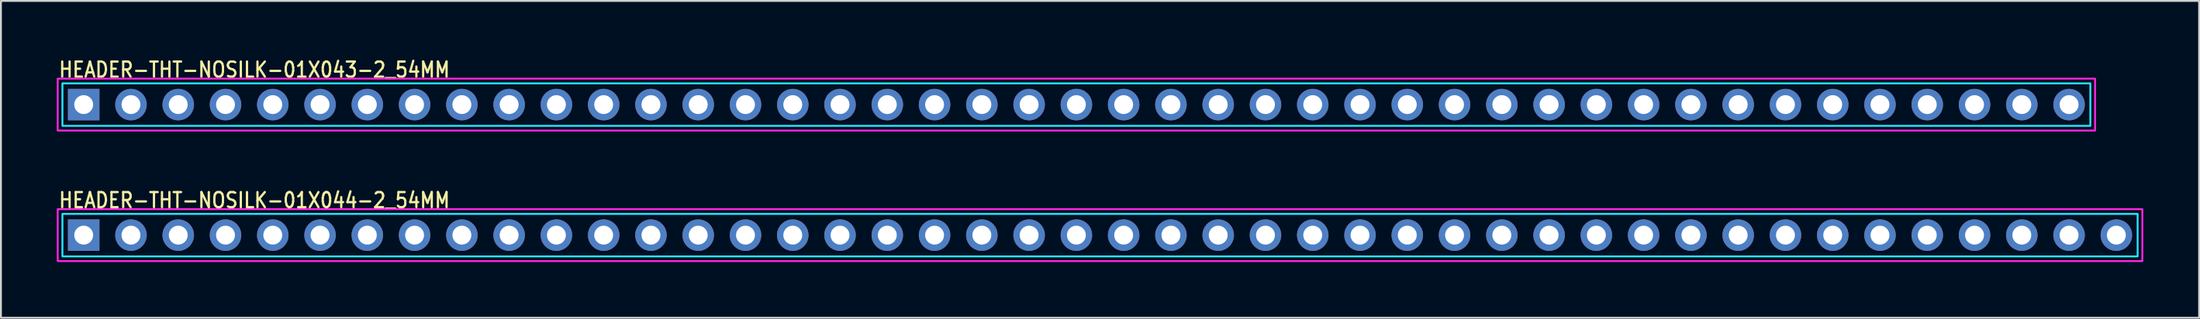
<source format=kicad_pcb>
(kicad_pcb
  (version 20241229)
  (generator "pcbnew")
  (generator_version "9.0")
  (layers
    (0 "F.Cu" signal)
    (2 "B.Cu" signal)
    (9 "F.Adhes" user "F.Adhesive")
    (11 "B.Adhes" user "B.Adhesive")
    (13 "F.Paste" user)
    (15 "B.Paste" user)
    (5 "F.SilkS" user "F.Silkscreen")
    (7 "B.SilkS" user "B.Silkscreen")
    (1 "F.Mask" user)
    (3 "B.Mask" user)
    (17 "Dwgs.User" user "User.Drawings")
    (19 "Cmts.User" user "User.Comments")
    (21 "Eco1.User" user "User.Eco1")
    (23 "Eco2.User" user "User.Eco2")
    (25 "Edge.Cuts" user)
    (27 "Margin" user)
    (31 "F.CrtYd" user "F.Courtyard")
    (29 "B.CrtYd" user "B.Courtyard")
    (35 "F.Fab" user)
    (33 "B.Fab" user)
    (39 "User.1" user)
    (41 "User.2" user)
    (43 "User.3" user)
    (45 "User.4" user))
  (footprint "HEADER-THT-NOSILK-01X044-2_54MM"
    (layer "F.Cu")
    (at 1.447 9.604)
    (property "Reference" "HEADER-THT-NOSILK-01X044-2_54MM" (at -1.4 -1.4 0) (unlocked yes) (layer "F.SilkS") (effects (font (size 0.813 0.695) (thickness 0.122)) (justify left bottom)))
    (fp_poly (pts (xy -1.143 -1.143) (xy 110.363 -1.143) (xy 110.363 1.143) (xy -1.143 1.143)) (stroke (width 0.1) (type solid)) (fill no) (layer "B.CrtYd"))
    (fp_poly (pts (xy -1.397 -1.397) (xy 110.617 -1.397) (xy 110.617 1.397) (xy -1.397 1.397)) (stroke (width 0.1) (type solid)) (fill no) (layer "F.CrtYd"))
    (pad "1" thru_hole rect (at 0 0) (size 1.693 1.693) (drill 1.016) (layers "*.Cu" "*.Mask"))
    (pad "2" thru_hole oval (at 2.54 0) (size 1.693 1.693) (drill 1.016) (layers "*.Cu" "*.Mask"))
    (pad "3" thru_hole oval (at 5.08 0) (size 1.693 1.693) (drill 1.016) (layers "*.Cu" "*.Mask"))
    (pad "4" thru_hole oval (at 7.62 0) (size 1.693 1.693) (drill 1.016) (layers "*.Cu" "*.Mask"))
    (pad "5" thru_hole oval (at 10.16 0) (size 1.693 1.693) (drill 1.016) (layers "*.Cu" "*.Mask"))
    (pad "6" thru_hole oval (at 12.7 0) (size 1.693 1.693) (drill 1.016) (layers "*.Cu" "*.Mask"))
    (pad "7" thru_hole oval (at 15.24 0) (size 1.693 1.693) (drill 1.016) (layers "*.Cu" "*.Mask"))
    (pad "8" thru_hole oval (at 17.78 0) (size 1.693 1.693) (drill 1.016) (layers "*.Cu" "*.Mask"))
    (pad "9" thru_hole oval (at 20.32 0) (size 1.693 1.693) (drill 1.016) (layers "*.Cu" "*.Mask"))
    (pad "10" thru_hole oval (at 22.86 0) (size 1.693 1.693) (drill 1.016) (layers "*.Cu" "*.Mask"))
    (pad "11" thru_hole oval (at 25.4 0) (size 1.693 1.693) (drill 1.016) (layers "*.Cu" "*.Mask"))
    (pad "12" thru_hole oval (at 27.94 0) (size 1.693 1.693) (drill 1.016) (layers "*.Cu" "*.Mask"))
    (pad "13" thru_hole oval (at 30.48 0) (size 1.693 1.693) (drill 1.016) (layers "*.Cu" "*.Mask"))
    (pad "14" thru_hole oval (at 33.02 0) (size 1.693 1.693) (drill 1.016) (layers "*.Cu" "*.Mask"))
    (pad "15" thru_hole oval (at 35.56 0) (size 1.693 1.693) (drill 1.016) (layers "*.Cu" "*.Mask"))
    (pad "16" thru_hole oval (at 38.1 0) (size 1.693 1.693) (drill 1.016) (layers "*.Cu" "*.Mask"))
    (pad "17" thru_hole oval (at 40.64 0) (size 1.693 1.693) (drill 1.016) (layers "*.Cu" "*.Mask"))
    (pad "18" thru_hole oval (at 43.18 0) (size 1.693 1.693) (drill 1.016) (layers "*.Cu" "*.Mask"))
    (pad "19" thru_hole oval (at 45.72 0) (size 1.693 1.693) (drill 1.016) (layers "*.Cu" "*.Mask"))
    (pad "20" thru_hole oval (at 48.26 0) (size 1.693 1.693) (drill 1.016) (layers "*.Cu" "*.Mask"))
    (pad "21" thru_hole oval (at 50.8 0) (size 1.693 1.693) (drill 1.016) (layers "*.Cu" "*.Mask"))
    (pad "22" thru_hole oval (at 53.34 0) (size 1.693 1.693) (drill 1.016) (layers "*.Cu" "*.Mask"))
    (pad "23" thru_hole oval (at 55.88 0) (size 1.693 1.693) (drill 1.016) (layers "*.Cu" "*.Mask"))
    (pad "24" thru_hole oval (at 58.42 0) (size 1.693 1.693) (drill 1.016) (layers "*.Cu" "*.Mask"))
    (pad "25" thru_hole oval (at 60.96 0) (size 1.693 1.693) (drill 1.016) (layers "*.Cu" "*.Mask"))
    (pad "26" thru_hole oval (at 63.5 0) (size 1.693 1.693) (drill 1.016) (layers "*.Cu" "*.Mask"))
    (pad "27" thru_hole oval (at 66.04 0) (size 1.693 1.693) (drill 1.016) (layers "*.Cu" "*.Mask"))
    (pad "28" thru_hole oval (at 68.58 0) (size 1.693 1.693) (drill 1.016) (layers "*.Cu" "*.Mask"))
    (pad "29" thru_hole oval (at 71.12 0) (size 1.693 1.693) (drill 1.016) (layers "*.Cu" "*.Mask"))
    (pad "30" thru_hole oval (at 73.66 0) (size 1.693 1.693) (drill 1.016) (layers "*.Cu" "*.Mask"))
    (pad "31" thru_hole oval (at 76.2 0) (size 1.693 1.693) (drill 1.016) (layers "*.Cu" "*.Mask"))
    (pad "32" thru_hole oval (at 78.74 0) (size 1.693 1.693) (drill 1.016) (layers "*.Cu" "*.Mask"))
    (pad "33" thru_hole oval (at 81.28 0) (size 1.693 1.693) (drill 1.016) (layers "*.Cu" "*.Mask"))
    (pad "34" thru_hole oval (at 83.82 0) (size 1.693 1.693) (drill 1.016) (layers "*.Cu" "*.Mask"))
    (pad "35" thru_hole oval (at 86.36 0) (size 1.693 1.693) (drill 1.016) (layers "*.Cu" "*.Mask"))
    (pad "36" thru_hole oval (at 88.9 0) (size 1.693 1.693) (drill 1.016) (layers "*.Cu" "*.Mask"))
    (pad "37" thru_hole oval (at 91.44 0) (size 1.693 1.693) (drill 1.016) (layers "*.Cu" "*.Mask"))
    (pad "38" thru_hole oval (at 93.98 0) (size 1.693 1.693) (drill 1.016) (layers "*.Cu" "*.Mask"))
    (pad "39" thru_hole oval (at 96.52 0) (size 1.693 1.693) (drill 1.016) (layers "*.Cu" "*.Mask"))
    (pad "40" thru_hole oval (at 99.06 0) (size 1.693 1.693) (drill 1.016) (layers "*.Cu" "*.Mask"))
    (pad "41" thru_hole oval (at 101.6 0) (size 1.693 1.693) (drill 1.016) (layers "*.Cu" "*.Mask"))
    (pad "42" thru_hole oval (at 104.14 0) (size 1.693 1.693) (drill 1.016) (layers "*.Cu" "*.Mask"))
    (pad "43" thru_hole oval (at 106.68 0) (size 1.693 1.693) (drill 1.016) (layers "*.Cu" "*.Mask"))
    (pad "44" thru_hole oval (at 109.22 0) (size 1.693 1.693) (drill 1.016) (layers "*.Cu" "*.Mask")))
  (footprint "HEADER-THT-NOSILK-01X043-2_54MM"
    (layer "F.Cu")
    (at 1.447 2.579)
    (property "Reference" "HEADER-THT-NOSILK-01X043-2_54MM" (at -1.4 -1.4 0) (unlocked yes) (layer "F.SilkS") (effects (font (size 0.813 0.695) (thickness 0.122)) (justify left bottom)))
    (fp_poly (pts (xy -1.143 -1.143) (xy 107.823 -1.143) (xy 107.823 1.143) (xy -1.143 1.143)) (stroke (width 0.1) (type solid)) (fill no) (layer "B.CrtYd"))
    (fp_poly (pts (xy -1.397 -1.397) (xy 108.077 -1.397) (xy 108.077 1.397) (xy -1.397 1.397)) (stroke (width 0.1) (type solid)) (fill no) (layer "F.CrtYd"))
    (pad "1" thru_hole rect (at 0 0) (size 1.693 1.693) (drill 1.016) (layers "*.Cu" "*.Mask"))
    (pad "2" thru_hole oval (at 2.54 0) (size 1.693 1.693) (drill 1.016) (layers "*.Cu" "*.Mask"))
    (pad "3" thru_hole oval (at 5.08 0) (size 1.693 1.693) (drill 1.016) (layers "*.Cu" "*.Mask"))
    (pad "4" thru_hole oval (at 7.62 0) (size 1.693 1.693) (drill 1.016) (layers "*.Cu" "*.Mask"))
    (pad "5" thru_hole oval (at 10.16 0) (size 1.693 1.693) (drill 1.016) (layers "*.Cu" "*.Mask"))
    (pad "6" thru_hole oval (at 12.7 0) (size 1.693 1.693) (drill 1.016) (layers "*.Cu" "*.Mask"))
    (pad "7" thru_hole oval (at 15.24 0) (size 1.693 1.693) (drill 1.016) (layers "*.Cu" "*.Mask"))
    (pad "8" thru_hole oval (at 17.78 0) (size 1.693 1.693) (drill 1.016) (layers "*.Cu" "*.Mask"))
    (pad "9" thru_hole oval (at 20.32 0) (size 1.693 1.693) (drill 1.016) (layers "*.Cu" "*.Mask"))
    (pad "10" thru_hole oval (at 22.86 0) (size 1.693 1.693) (drill 1.016) (layers "*.Cu" "*.Mask"))
    (pad "11" thru_hole oval (at 25.4 0) (size 1.693 1.693) (drill 1.016) (layers "*.Cu" "*.Mask"))
    (pad "12" thru_hole oval (at 27.94 0) (size 1.693 1.693) (drill 1.016) (layers "*.Cu" "*.Mask"))
    (pad "13" thru_hole oval (at 30.48 0) (size 1.693 1.693) (drill 1.016) (layers "*.Cu" "*.Mask"))
    (pad "14" thru_hole oval (at 33.02 0) (size 1.693 1.693) (drill 1.016) (layers "*.Cu" "*.Mask"))
    (pad "15" thru_hole oval (at 35.56 0) (size 1.693 1.693) (drill 1.016) (layers "*.Cu" "*.Mask"))
    (pad "16" thru_hole oval (at 38.1 0) (size 1.693 1.693) (drill 1.016) (layers "*.Cu" "*.Mask"))
    (pad "17" thru_hole oval (at 40.64 0) (size 1.693 1.693) (drill 1.016) (layers "*.Cu" "*.Mask"))
    (pad "18" thru_hole oval (at 43.18 0) (size 1.693 1.693) (drill 1.016) (layers "*.Cu" "*.Mask"))
    (pad "19" thru_hole oval (at 45.72 0) (size 1.693 1.693) (drill 1.016) (layers "*.Cu" "*.Mask"))
    (pad "20" thru_hole oval (at 48.26 0) (size 1.693 1.693) (drill 1.016) (layers "*.Cu" "*.Mask"))
    (pad "21" thru_hole oval (at 50.8 0) (size 1.693 1.693) (drill 1.016) (layers "*.Cu" "*.Mask"))
    (pad "22" thru_hole oval (at 53.34 0) (size 1.693 1.693) (drill 1.016) (layers "*.Cu" "*.Mask"))
    (pad "23" thru_hole oval (at 55.88 0) (size 1.693 1.693) (drill 1.016) (layers "*.Cu" "*.Mask"))
    (pad "24" thru_hole oval (at 58.42 0) (size 1.693 1.693) (drill 1.016) (layers "*.Cu" "*.Mask"))
    (pad "25" thru_hole oval (at 60.96 0) (size 1.693 1.693) (drill 1.016) (layers "*.Cu" "*.Mask"))
    (pad "26" thru_hole oval (at 63.5 0) (size 1.693 1.693) (drill 1.016) (layers "*.Cu" "*.Mask"))
    (pad "27" thru_hole oval (at 66.04 0) (size 1.693 1.693) (drill 1.016) (layers "*.Cu" "*.Mask"))
    (pad "28" thru_hole oval (at 68.58 0) (size 1.693 1.693) (drill 1.016) (layers "*.Cu" "*.Mask"))
    (pad "29" thru_hole oval (at 71.12 0) (size 1.693 1.693) (drill 1.016) (layers "*.Cu" "*.Mask"))
    (pad "30" thru_hole oval (at 73.66 0) (size 1.693 1.693) (drill 1.016) (layers "*.Cu" "*.Mask"))
    (pad "31" thru_hole oval (at 76.2 0) (size 1.693 1.693) (drill 1.016) (layers "*.Cu" "*.Mask"))
    (pad "32" thru_hole oval (at 78.74 0) (size 1.693 1.693) (drill 1.016) (layers "*.Cu" "*.Mask"))
    (pad "33" thru_hole oval (at 81.28 0) (size 1.693 1.693) (drill 1.016) (layers "*.Cu" "*.Mask"))
    (pad "34" thru_hole oval (at 83.82 0) (size 1.693 1.693) (drill 1.016) (layers "*.Cu" "*.Mask"))
    (pad "35" thru_hole oval (at 86.36 0) (size 1.693 1.693) (drill 1.016) (layers "*.Cu" "*.Mask"))
    (pad "36" thru_hole oval (at 88.9 0) (size 1.693 1.693) (drill 1.016) (layers "*.Cu" "*.Mask"))
    (pad "37" thru_hole oval (at 91.44 0) (size 1.693 1.693) (drill 1.016) (layers "*.Cu" "*.Mask"))
    (pad "38" thru_hole oval (at 93.98 0) (size 1.693 1.693) (drill 1.016) (layers "*.Cu" "*.Mask"))
    (pad "39" thru_hole oval (at 96.52 0) (size 1.693 1.693) (drill 1.016) (layers "*.Cu" "*.Mask"))
    (pad "40" thru_hole oval (at 99.06 0) (size 1.693 1.693) (drill 1.016) (layers "*.Cu" "*.Mask"))
    (pad "41" thru_hole oval (at 101.6 0) (size 1.693 1.693) (drill 1.016) (layers "*.Cu" "*.Mask"))
    (pad "42" thru_hole oval (at 104.14 0) (size 1.693 1.693) (drill 1.016) (layers "*.Cu" "*.Mask"))
    (pad "43" thru_hole oval (at 106.68 0) (size 1.693 1.693) (drill 1.016) (layers "*.Cu" "*.Mask")))
  (gr_rect
    (start -3 -3)
    (end 115.114 14.051)
    (stroke (width 0.1) (type default))
    (fill no)
    (layer "Edge.Cuts")))
</source>
